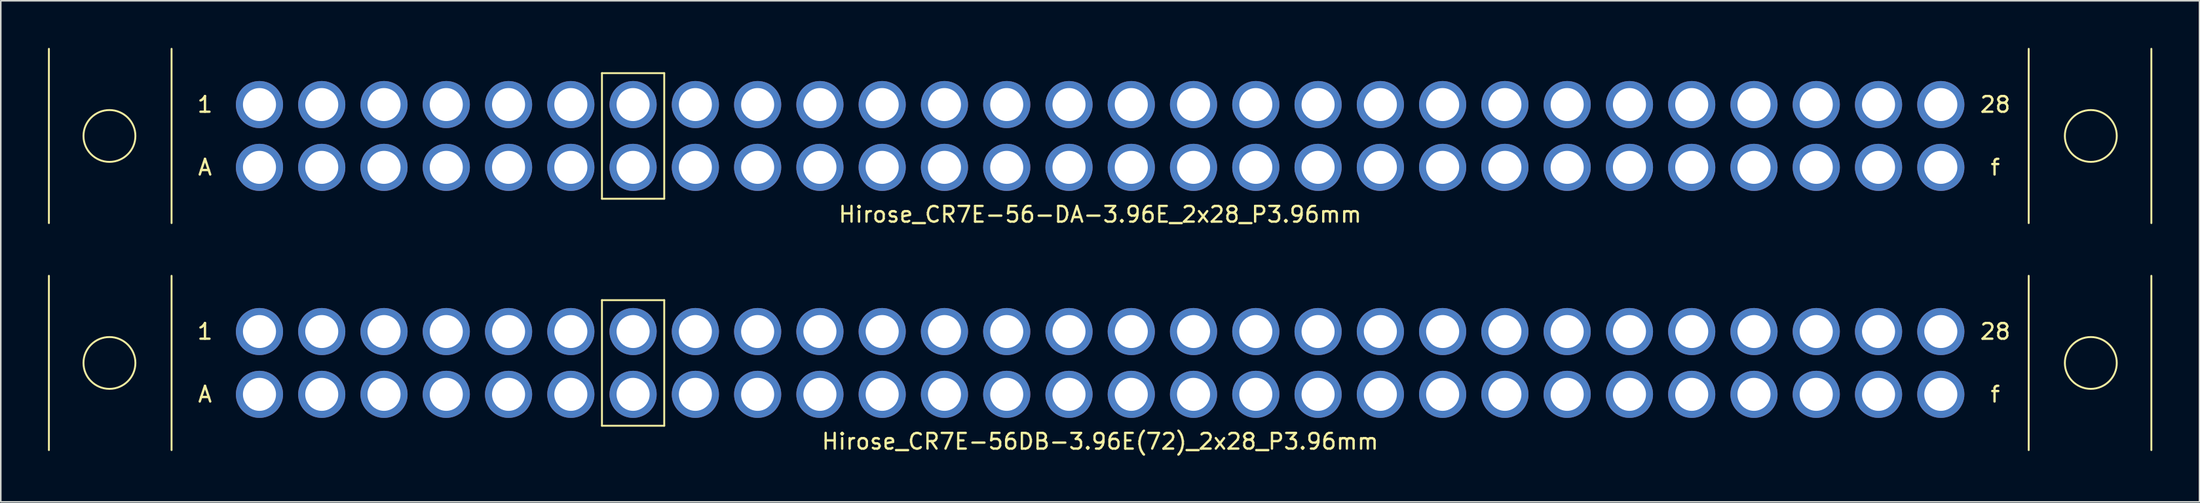
<source format=kicad_pcb>
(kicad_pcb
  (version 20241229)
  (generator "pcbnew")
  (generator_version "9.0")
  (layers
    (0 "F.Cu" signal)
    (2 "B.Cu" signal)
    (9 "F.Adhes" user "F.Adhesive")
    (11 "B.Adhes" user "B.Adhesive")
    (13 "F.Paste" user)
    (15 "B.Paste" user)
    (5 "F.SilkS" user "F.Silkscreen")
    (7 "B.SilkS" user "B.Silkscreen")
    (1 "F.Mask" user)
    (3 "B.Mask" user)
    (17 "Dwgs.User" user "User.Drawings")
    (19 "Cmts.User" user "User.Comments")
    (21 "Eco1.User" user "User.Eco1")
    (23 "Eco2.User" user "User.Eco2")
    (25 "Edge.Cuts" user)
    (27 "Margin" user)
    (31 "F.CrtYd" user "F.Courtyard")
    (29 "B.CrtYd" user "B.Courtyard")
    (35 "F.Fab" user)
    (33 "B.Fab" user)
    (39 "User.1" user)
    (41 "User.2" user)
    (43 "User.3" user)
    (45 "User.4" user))
  (footprint "Hirose_CR7E-56DB-3.96E(72)_2x28_P3.96mm"
    (layer "F.Cu")
    (at 66.91 20.068)
    (property "Reference" "Hirose_CR7E-56DB-3.96E(72)_2x28_P3.96mm" (at 0 5 0) (layer "F.SilkS") (effects (font (size 1 1) (thickness 0.15))))
    (attr through_hole)
    (fp_line (start -66.85 -5.55) (end -66.85 5.55) (stroke (width 0.12) (type solid)) (layer "F.SilkS"))
    (fp_line (start -59.05 -5.55) (end -59.05 5.55) (stroke (width 0.12) (type solid)) (layer "F.SilkS"))
    (fp_line (start -31.68 -4) (end -27.72 -4) (stroke (width 0.12) (type solid)) (layer "F.SilkS"))
    (fp_line (start -31.68 4) (end -31.68 -4) (stroke (width 0.12) (type solid)) (layer "F.SilkS"))
    (fp_line (start -27.72 -4) (end -27.72 4) (stroke (width 0.12) (type solid)) (layer "F.SilkS"))
    (fp_line (start -27.72 4) (end -31.68 4) (stroke (width 0.12) (type solid)) (layer "F.SilkS"))
    (fp_line (start 59.05 -5.55) (end 59.05 5.55) (stroke (width 0.12) (type solid)) (layer "F.SilkS"))
    (fp_line (start 66.85 -5.55) (end 66.85 5.55) (stroke (width 0.12) (type solid)) (layer "F.SilkS"))
    (fp_circle (center -63 0) (end -61.35 0.04) (stroke (width 0.12) (type solid)) (fill no) (layer "F.SilkS"))
    (fp_circle (center 63 0) (end 64.65 0.04) (stroke (width 0.12) (type solid)) (fill no) (layer "F.SilkS"))
    (fp_text user "f" (at 56.925 2 0) (layer "F.SilkS") (effects (font (size 1 1) (thickness 0.15))))
    (fp_text user "1" (at -56.925 -2 0) (layer "F.SilkS") (effects (font (size 1 1) (thickness 0.15))))
    (fp_text user "28" (at 56.925 -2 0) (layer "F.SilkS") (effects (font (size 1 1) (thickness 0.15))))
    (fp_text user "A" (at -56.925 2 0) (layer "F.SilkS") (effects (font (size 1 1) (thickness 0.15))))
    (pad "1" thru_hole circle (at -53.46 -2) (size 3 3) (drill 2.1) (layers "*.Cu" "*.Mask"))
    (pad "2" thru_hole circle (at -49.5 -2) (size 3 3) (drill 2.1) (layers "*.Cu" "*.Mask"))
    (pad "3" thru_hole circle (at -45.54 -2) (size 3 3) (drill 2.1) (layers "*.Cu" "*.Mask"))
    (pad "4" thru_hole circle (at -41.58 -2) (size 3 3) (drill 2.1) (layers "*.Cu" "*.Mask"))
    (pad "5" thru_hole circle (at -37.62 -2) (size 3 3) (drill 2.1) (layers "*.Cu" "*.Mask"))
    (pad "6" thru_hole circle (at -33.66 -2) (size 3 3) (drill 2.1) (layers "*.Cu" "*.Mask"))
    (pad "7" thru_hole circle (at -29.7 -2) (size 3 3) (drill 2.1) (layers "*.Cu" "*.Mask"))
    (pad "8" thru_hole circle (at -25.74 -2) (size 3 3) (drill 2.1) (layers "*.Cu" "*.Mask"))
    (pad "9" thru_hole circle (at -21.78 -2) (size 3 3) (drill 2.1) (layers "*.Cu" "*.Mask"))
    (pad "10" thru_hole circle (at -17.82 -2) (size 3 3) (drill 2.1) (layers "*.Cu" "*.Mask"))
    (pad "11" thru_hole circle (at -13.86 -2) (size 3 3) (drill 2.1) (layers "*.Cu" "*.Mask"))
    (pad "12" thru_hole circle (at -9.9 -2) (size 3 3) (drill 2.1) (layers "*.Cu" "*.Mask"))
    (pad "13" thru_hole circle (at -5.94 -2) (size 3 3) (drill 2.1) (layers "*.Cu" "*.Mask"))
    (pad "14" thru_hole circle (at -1.98 -2) (size 3 3) (drill 2.1) (layers "*.Cu" "*.Mask"))
    (pad "15" thru_hole circle (at 1.98 -2) (size 3 3) (drill 2.1) (layers "*.Cu" "*.Mask"))
    (pad "16" thru_hole circle (at 5.94 -2) (size 3 3) (drill 2.1) (layers "*.Cu" "*.Mask"))
    (pad "17" thru_hole circle (at 9.9 -2) (size 3 3) (drill 2.1) (layers "*.Cu" "*.Mask"))
    (pad "18" thru_hole circle (at 13.86 -2) (size 3 3) (drill 2.1) (layers "*.Cu" "*.Mask"))
    (pad "19" thru_hole circle (at 17.82 -2) (size 3 3) (drill 2.1) (layers "*.Cu" "*.Mask"))
    (pad "20" thru_hole circle (at 21.78 -2) (size 3 3) (drill 2.1) (layers "*.Cu" "*.Mask"))
    (pad "21" thru_hole circle (at 25.74 -2) (size 3 3) (drill 2.1) (layers "*.Cu" "*.Mask"))
    (pad "22" thru_hole circle (at 29.7 -2) (size 3 3) (drill 2.1) (layers "*.Cu" "*.Mask"))
    (pad "23" thru_hole circle (at 33.66 -2) (size 3 3) (drill 2.1) (layers "*.Cu" "*.Mask"))
    (pad "24" thru_hole circle (at 37.62 -2) (size 3 3) (drill 2.1) (layers "*.Cu" "*.Mask"))
    (pad "25" thru_hole circle (at 41.58 -2) (size 3 3) (drill 2.1) (layers "*.Cu" "*.Mask"))
    (pad "26" thru_hole circle (at 45.54 -2) (size 3 3) (drill 2.1) (layers "*.Cu" "*.Mask"))
    (pad "27" thru_hole circle (at 49.5 -2) (size 3 3) (drill 2.1) (layers "*.Cu" "*.Mask"))
    (pad "28" thru_hole circle (at 53.46 -2) (size 3 3) (drill 2.1) (layers "*.Cu" "*.Mask"))
    (pad "A" thru_hole circle (at -53.46 2) (size 3 3) (drill 2.1) (layers "*.Cu" "*.Mask"))
    (pad "B" thru_hole circle (at -49.5 2) (size 3 3) (drill 2.1) (layers "*.Cu" "*.Mask"))
    (pad "C" thru_hole circle (at -45.54 2) (size 3 3) (drill 2.1) (layers "*.Cu" "*.Mask"))
    (pad "D" thru_hole circle (at -41.58 2) (size 3 3) (drill 2.1) (layers "*.Cu" "*.Mask"))
    (pad "E" thru_hole circle (at -37.62 2) (size 3 3) (drill 2.1) (layers "*.Cu" "*.Mask"))
    (pad "F" thru_hole circle (at -33.66 2) (size 3 3) (drill 2.1) (layers "*.Cu" "*.Mask"))
    (pad "H" thru_hole circle (at -29.7 2) (size 3 3) (drill 2.1) (layers "*.Cu" "*.Mask"))
    (pad "J" thru_hole circle (at -25.74 2) (size 3 3) (drill 2.1) (layers "*.Cu" "*.Mask"))
    (pad "K" thru_hole circle (at -21.78 2) (size 3 3) (drill 2.1) (layers "*.Cu" "*.Mask"))
    (pad "L" thru_hole circle (at -17.82 2) (size 3 3) (drill 2.1) (layers "*.Cu" "*.Mask"))
    (pad "M" thru_hole circle (at -13.86 2) (size 3 3) (drill 2.1) (layers "*.Cu" "*.Mask"))
    (pad "N" thru_hole circle (at -9.9 2) (size 3 3) (drill 2.1) (layers "*.Cu" "*.Mask"))
    (pad "P" thru_hole circle (at -5.94 2) (size 3 3) (drill 2.1) (layers "*.Cu" "*.Mask"))
    (pad "R" thru_hole circle (at -1.98 2) (size 3 3) (drill 2.1) (layers "*.Cu" "*.Mask"))
    (pad "S" thru_hole circle (at 1.98 2) (size 3 3) (drill 2.1) (layers "*.Cu" "*.Mask"))
    (pad "T" thru_hole circle (at 5.94 2) (size 3 3) (drill 2.1) (layers "*.Cu" "*.Mask"))
    (pad "U" thru_hole circle (at 9.9 2) (size 3 3) (drill 2.1) (layers "*.Cu" "*.Mask"))
    (pad "V" thru_hole circle (at 13.86 2) (size 3 3) (drill 2.1) (layers "*.Cu" "*.Mask"))
    (pad "W" thru_hole circle (at 17.82 2) (size 3 3) (drill 2.1) (layers "*.Cu" "*.Mask"))
    (pad "X" thru_hole circle (at 21.78 2) (size 3 3) (drill 2.1) (layers "*.Cu" "*.Mask"))
    (pad "Y" thru_hole circle (at 25.74 2) (size 3 3) (drill 2.1) (layers "*.Cu" "*.Mask"))
    (pad "Z" thru_hole circle (at 29.7 2) (size 3 3) (drill 2.1) (layers "*.Cu" "*.Mask"))
    (pad "a" thru_hole circle (at 33.66 2) (size 3 3) (drill 2.1) (layers "*.Cu" "*.Mask"))
    (pad "b" thru_hole circle (at 37.62 2) (size 3 3) (drill 2.1) (layers "*.Cu" "*.Mask"))
    (pad "c" thru_hole circle (at 41.58 2) (size 3 3) (drill 2.1) (layers "*.Cu" "*.Mask"))
    (pad "d" thru_hole circle (at 45.54 2) (size 3 3) (drill 2.1) (layers "*.Cu" "*.Mask"))
    (pad "e" thru_hole circle (at 49.5 2) (size 3 3) (drill 2.1) (layers "*.Cu" "*.Mask"))
    (pad "f" thru_hole circle (at 53.46 2) (size 3 3) (drill 2.1) (layers "*.Cu" "*.Mask")))
  (footprint "Hirose_CR7E-56-DA-3.96E_2x28_P3.96mm"
    (layer "F.Cu")
    (at 66.91 5.61)
    (property "Reference" "Hirose_CR7E-56-DA-3.96E_2x28_P3.96mm" (at 0 5 0) (layer "F.SilkS") (effects (font (size 1 1) (thickness 0.15))))
    (attr through_hole)
    (fp_line (start -66.85 -5.55) (end -66.85 5.55) (stroke (width 0.12) (type solid)) (layer "F.SilkS"))
    (fp_line (start -59.05 -5.55) (end -59.05 5.55) (stroke (width 0.12) (type solid)) (layer "F.SilkS"))
    (fp_line (start -31.68 -4) (end -27.72 -4) (stroke (width 0.12) (type solid)) (layer "F.SilkS"))
    (fp_line (start -31.68 4) (end -31.68 -4) (stroke (width 0.12) (type solid)) (layer "F.SilkS"))
    (fp_line (start -27.72 -4) (end -27.72 4) (stroke (width 0.12) (type solid)) (layer "F.SilkS"))
    (fp_line (start -27.72 4) (end -31.68 4) (stroke (width 0.12) (type solid)) (layer "F.SilkS"))
    (fp_line (start 59.05 -5.55) (end 59.05 5.55) (stroke (width 0.12) (type solid)) (layer "F.SilkS"))
    (fp_line (start 66.85 -5.55) (end 66.85 5.55) (stroke (width 0.12) (type solid)) (layer "F.SilkS"))
    (fp_circle (center -63 0) (end -61.35 0.04) (stroke (width 0.12) (type solid)) (fill no) (layer "F.SilkS"))
    (fp_circle (center 63 0) (end 64.65 0.04) (stroke (width 0.12) (type solid)) (fill no) (layer "F.SilkS"))
    (fp_text user "1" (at -56.925 -2 0) (layer "F.SilkS") (effects (font (size 1 1) (thickness 0.15))))
    (fp_text user "28" (at 56.925 -2 0) (layer "F.SilkS") (effects (font (size 1 1) (thickness 0.15))))
    (fp_text user "A" (at -56.925 2 0) (layer "F.SilkS") (effects (font (size 1 1) (thickness 0.15))))
    (fp_text user "f" (at 56.925 2 0) (layer "F.SilkS") (effects (font (size 1 1) (thickness 0.15))))
    (pad "1" thru_hole circle (at -53.46 -2) (size 3 3) (drill 2.1) (layers "*.Cu" "*.Mask"))
    (pad "2" thru_hole circle (at -49.5 -2) (size 3 3) (drill 2.1) (layers "*.Cu" "*.Mask"))
    (pad "3" thru_hole circle (at -45.54 -2) (size 3 3) (drill 2.1) (layers "*.Cu" "*.Mask"))
    (pad "4" thru_hole circle (at -41.58 -2) (size 3 3) (drill 2.1) (layers "*.Cu" "*.Mask"))
    (pad "5" thru_hole circle (at -37.62 -2) (size 3 3) (drill 2.1) (layers "*.Cu" "*.Mask"))
    (pad "6" thru_hole circle (at -33.66 -2) (size 3 3) (drill 2.1) (layers "*.Cu" "*.Mask"))
    (pad "7" thru_hole circle (at -29.7 -2) (size 3 3) (drill 2.1) (layers "*.Cu" "*.Mask"))
    (pad "8" thru_hole circle (at -25.74 -2) (size 3 3) (drill 2.1) (layers "*.Cu" "*.Mask"))
    (pad "9" thru_hole circle (at -21.78 -2) (size 3 3) (drill 2.1) (layers "*.Cu" "*.Mask"))
    (pad "10" thru_hole circle (at -17.82 -2) (size 3 3) (drill 2.1) (layers "*.Cu" "*.Mask"))
    (pad "11" thru_hole circle (at -13.86 -2) (size 3 3) (drill 2.1) (layers "*.Cu" "*.Mask"))
    (pad "12" thru_hole circle (at -9.9 -2) (size 3 3) (drill 2.1) (layers "*.Cu" "*.Mask"))
    (pad "13" thru_hole circle (at -5.94 -2) (size 3 3) (drill 2.1) (layers "*.Cu" "*.Mask"))
    (pad "14" thru_hole circle (at -1.98 -2) (size 3 3) (drill 2.1) (layers "*.Cu" "*.Mask"))
    (pad "15" thru_hole circle (at 1.98 -2) (size 3 3) (drill 2.1) (layers "*.Cu" "*.Mask"))
    (pad "16" thru_hole circle (at 5.94 -2) (size 3 3) (drill 2.1) (layers "*.Cu" "*.Mask"))
    (pad "17" thru_hole circle (at 9.9 -2) (size 3 3) (drill 2.1) (layers "*.Cu" "*.Mask"))
    (pad "18" thru_hole circle (at 13.86 -2) (size 3 3) (drill 2.1) (layers "*.Cu" "*.Mask"))
    (pad "19" thru_hole circle (at 17.82 -2) (size 3 3) (drill 2.1) (layers "*.Cu" "*.Mask"))
    (pad "20" thru_hole circle (at 21.78 -2) (size 3 3) (drill 2.1) (layers "*.Cu" "*.Mask"))
    (pad "21" thru_hole circle (at 25.74 -2) (size 3 3) (drill 2.1) (layers "*.Cu" "*.Mask"))
    (pad "22" thru_hole circle (at 29.7 -2) (size 3 3) (drill 2.1) (layers "*.Cu" "*.Mask"))
    (pad "23" thru_hole circle (at 33.66 -2) (size 3 3) (drill 2.1) (layers "*.Cu" "*.Mask"))
    (pad "24" thru_hole circle (at 37.62 -2) (size 3 3) (drill 2.1) (layers "*.Cu" "*.Mask"))
    (pad "25" thru_hole circle (at 41.58 -2) (size 3 3) (drill 2.1) (layers "*.Cu" "*.Mask"))
    (pad "26" thru_hole circle (at 45.54 -2) (size 3 3) (drill 2.1) (layers "*.Cu" "*.Mask"))
    (pad "27" thru_hole circle (at 49.5 -2) (size 3 3) (drill 2.1) (layers "*.Cu" "*.Mask"))
    (pad "28" thru_hole circle (at 53.46 -2) (size 3 3) (drill 2.1) (layers "*.Cu" "*.Mask"))
    (pad "A" thru_hole circle (at -53.46 2) (size 3 3) (drill 2.1) (layers "*.Cu" "*.Mask"))
    (pad "B" thru_hole circle (at -49.5 2) (size 3 3) (drill 2.1) (layers "*.Cu" "*.Mask"))
    (pad "C" thru_hole circle (at -45.54 2) (size 3 3) (drill 2.1) (layers "*.Cu" "*.Mask"))
    (pad "D" thru_hole circle (at -41.58 2) (size 3 3) (drill 2.1) (layers "*.Cu" "*.Mask"))
    (pad "E" thru_hole circle (at -37.62 2) (size 3 3) (drill 2.1) (layers "*.Cu" "*.Mask"))
    (pad "F" thru_hole circle (at -33.66 2) (size 3 3) (drill 2.1) (layers "*.Cu" "*.Mask"))
    (pad "H" thru_hole circle (at -29.7 2) (size 3 3) (drill 2.1) (layers "*.Cu" "*.Mask"))
    (pad "J" thru_hole circle (at -25.74 2) (size 3 3) (drill 2.1) (layers "*.Cu" "*.Mask"))
    (pad "K" thru_hole circle (at -21.78 2) (size 3 3) (drill 2.1) (layers "*.Cu" "*.Mask"))
    (pad "L" thru_hole circle (at -17.82 2) (size 3 3) (drill 2.1) (layers "*.Cu" "*.Mask"))
    (pad "M" thru_hole circle (at -13.86 2) (size 3 3) (drill 2.1) (layers "*.Cu" "*.Mask"))
    (pad "N" thru_hole circle (at -9.9 2) (size 3 3) (drill 2.1) (layers "*.Cu" "*.Mask"))
    (pad "P" thru_hole circle (at -5.94 2) (size 3 3) (drill 2.1) (layers "*.Cu" "*.Mask"))
    (pad "R" thru_hole circle (at -1.98 2) (size 3 3) (drill 2.1) (layers "*.Cu" "*.Mask"))
    (pad "S" thru_hole circle (at 1.98 2) (size 3 3) (drill 2.1) (layers "*.Cu" "*.Mask"))
    (pad "T" thru_hole circle (at 5.94 2) (size 3 3) (drill 2.1) (layers "*.Cu" "*.Mask"))
    (pad "U" thru_hole circle (at 9.9 2) (size 3 3) (drill 2.1) (layers "*.Cu" "*.Mask"))
    (pad "V" thru_hole circle (at 13.86 2) (size 3 3) (drill 2.1) (layers "*.Cu" "*.Mask"))
    (pad "W" thru_hole circle (at 17.82 2) (size 3 3) (drill 2.1) (layers "*.Cu" "*.Mask"))
    (pad "X" thru_hole circle (at 21.78 2) (size 3 3) (drill 2.1) (layers "*.Cu" "*.Mask"))
    (pad "Y" thru_hole circle (at 25.74 2) (size 3 3) (drill 2.1) (layers "*.Cu" "*.Mask"))
    (pad "Z" thru_hole circle (at 29.7 2) (size 3 3) (drill 2.1) (layers "*.Cu" "*.Mask"))
    (pad "a" thru_hole circle (at 33.66 2) (size 3 3) (drill 2.1) (layers "*.Cu" "*.Mask"))
    (pad "b" thru_hole circle (at 37.62 2) (size 3 3) (drill 2.1) (layers "*.Cu" "*.Mask"))
    (pad "c" thru_hole circle (at 41.58 2) (size 3 3) (drill 2.1) (layers "*.Cu" "*.Mask"))
    (pad "d" thru_hole circle (at 45.54 2) (size 3 3) (drill 2.1) (layers "*.Cu" "*.Mask"))
    (pad "e" thru_hole circle (at 49.5 2) (size 3 3) (drill 2.1) (layers "*.Cu" "*.Mask"))
    (pad "f" thru_hole circle (at 53.46 2) (size 3 3) (drill 2.1) (layers "*.Cu" "*.Mask")))
  (gr_rect
    (start -3 -3)
    (end 136.82 28.916)
    (stroke (width 0.1) (type default))
    (fill no)
    (layer "Edge.Cuts")))
</source>
